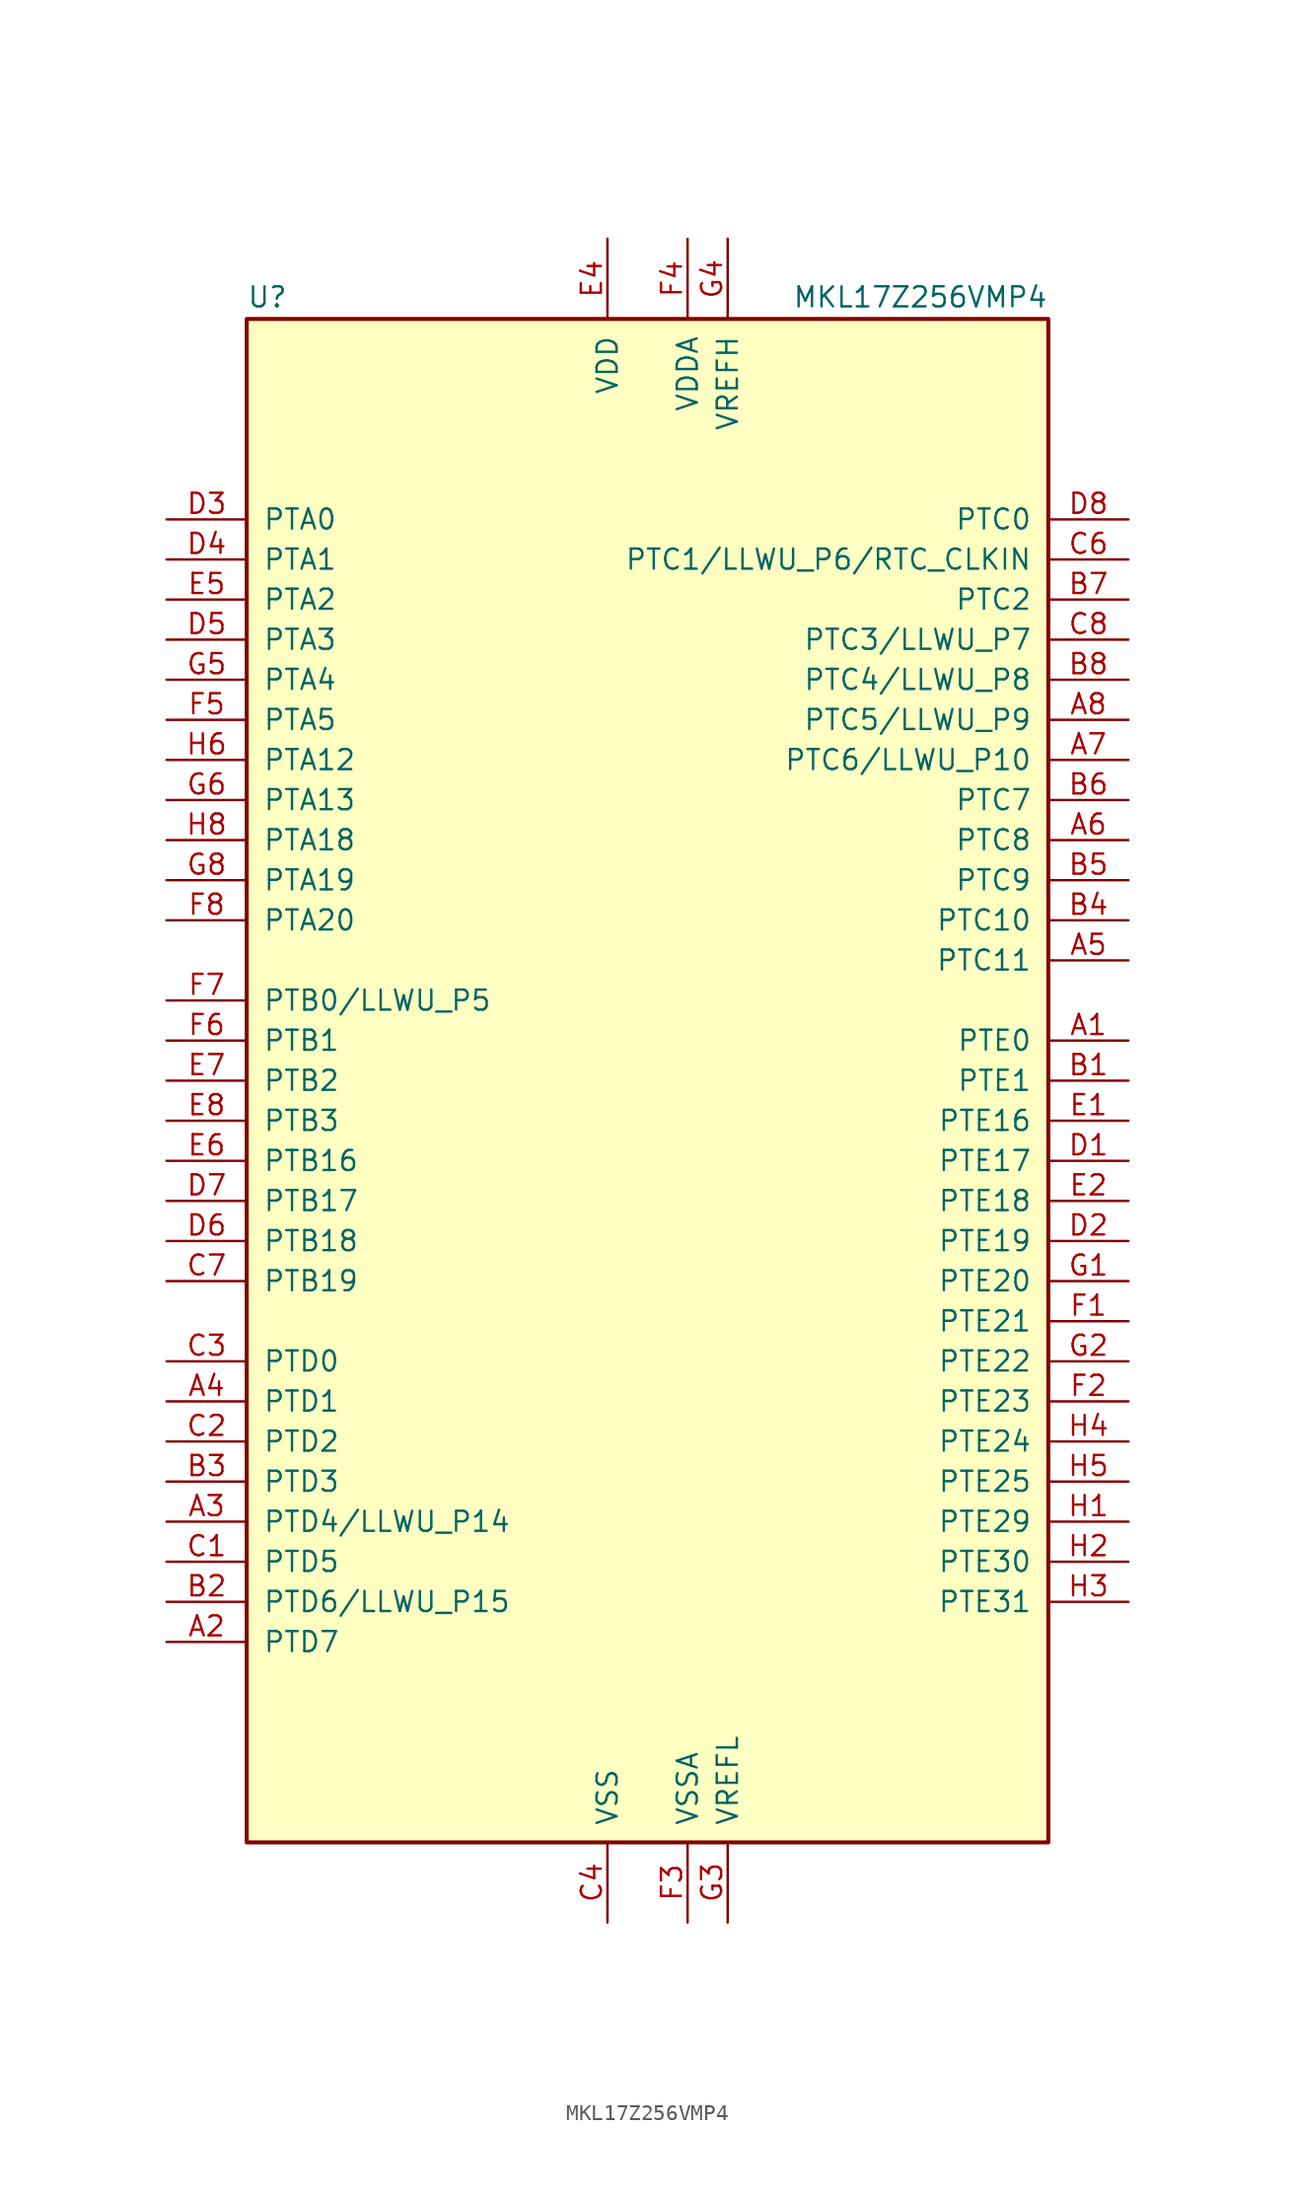
<source format=kicad_sym>
(kicad_symbol_lib
  (version 20220914)
  (generator kicad_symbol_editor)
  (symbol "MKL17Z256VMP4"
    (pin_names
      (offset 1.016))
    (property "Reference" "U"
      (at -25.4 48.895 0)
      (effects (font (size 1.27 1.27)) (justify left bottom)))
    (property "Value" "MKL17Z256VMP4"
      (at 25.4 48.895 0)
      (effects (font (size 1.27 1.27)) (justify right bottom)))
    (symbol "MKL17Z256VMP4_0_1"
      (rectangle (start -25.4 48.26) (end 25.4 -48.26) (stroke (width 0.254) (type default)) (fill (type background))))
    (symbol "MKL17Z256VMP4_1_1"
      (pin bidirectional line (at 30.48 2.54 180) (length 5.08) (name "PTE0" (effects (font (size 1.27 1.27)))) (number "A1" (effects (font (size 1.27 1.27)))))
      (pin bidirectional line (at -30.48 -35.56 0) (length 5.08) (name "PTD7" (effects (font (size 1.27 1.27)))) (number "A2" (effects (font (size 1.27 1.27)))))
      (pin bidirectional line (at -30.48 -27.94 0) (length 5.08) (name "PTD4/LLWU_P14" (effects (font (size 1.27 1.27)))) (number "A3" (effects (font (size 1.27 1.27)))))
      (pin bidirectional line (at -30.48 -20.32 0) (length 5.08) (name "PTD1" (effects (font (size 1.27 1.27)))) (number "A4" (effects (font (size 1.27 1.27)))))
      (pin bidirectional line (at 30.48 7.62 180) (length 5.08) (name "PTC11" (effects (font (size 1.27 1.27)))) (number "A5" (effects (font (size 1.27 1.27)))))
      (pin bidirectional line (at 30.48 15.24 180) (length 5.08) (name "PTC8" (effects (font (size 1.27 1.27)))) (number "A6" (effects (font (size 1.27 1.27)))))
      (pin bidirectional line (at 30.48 20.32 180) (length 5.08) (name "PTC6/LLWU_P10" (effects (font (size 1.27 1.27)))) (number "A7" (effects (font (size 1.27 1.27)))))
      (pin bidirectional line (at 30.48 22.86 180) (length 5.08) (name "PTC5/LLWU_P9" (effects (font (size 1.27 1.27)))) (number "A8" (effects (font (size 1.27 1.27)))))
      (pin bidirectional line (at 30.48 0 180) (length 5.08) (name "PTE1" (effects (font (size 1.27 1.27)))) (number "B1" (effects (font (size 1.27 1.27)))))
      (pin bidirectional line (at -30.48 -33.02 0) (length 5.08) (name "PTD6/LLWU_P15" (effects (font (size 1.27 1.27)))) (number "B2" (effects (font (size 1.27 1.27)))))
      (pin bidirectional line (at -30.48 -25.4 0) (length 5.08) (name "PTD3" (effects (font (size 1.27 1.27)))) (number "B3" (effects (font (size 1.27 1.27)))))
      (pin bidirectional line (at 30.48 10.16 180) (length 5.08) (name "PTC10" (effects (font (size 1.27 1.27)))) (number "B4" (effects (font (size 1.27 1.27)))))
      (pin bidirectional line (at 30.48 12.7 180) (length 5.08) (name "PTC9" (effects (font (size 1.27 1.27)))) (number "B5" (effects (font (size 1.27 1.27)))))
      (pin bidirectional line (at 30.48 17.78 180) (length 5.08) (name "PTC7" (effects (font (size 1.27 1.27)))) (number "B6" (effects (font (size 1.27 1.27)))))
      (pin bidirectional line (at 30.48 30.48 180) (length 5.08) (name "PTC2" (effects (font (size 1.27 1.27)))) (number "B7" (effects (font (size 1.27 1.27)))))
      (pin bidirectional line (at 30.48 25.4 180) (length 5.08) (name "PTC4/LLWU_P8" (effects (font (size 1.27 1.27)))) (number "B8" (effects (font (size 1.27 1.27)))))
      (pin bidirectional line (at -30.48 -30.48 0) (length 5.08) (name "PTD5" (effects (font (size 1.27 1.27)))) (number "C1" (effects (font (size 1.27 1.27)))))
      (pin bidirectional line (at -30.48 -22.86 0) (length 5.08) (name "PTD2" (effects (font (size 1.27 1.27)))) (number "C2" (effects (font (size 1.27 1.27)))))
      (pin bidirectional line (at -30.48 -17.78 0) (length 5.08) (name "PTD0" (effects (font (size 1.27 1.27)))) (number "C3" (effects (font (size 1.27 1.27)))))
      (pin power_in line (at -2.54 -53.34 90) (length 5.08) (name "VSS" (effects (font (size 1.27 1.27)))) (number "C4" (effects (font (size 1.27 1.27)))))
      (pin no_connect line (at -15.24 -53.34 90) (length 5.08) hide (name "NC" (effects (font (size 1.27 1.27)))) (number "C5" (effects (font (size 1.27 1.27)))))
      (pin bidirectional line (at 30.48 33.02 180) (length 5.08) (name "PTC1/LLWU_P6/RTC_CLKIN" (effects (font (size 1.27 1.27)))) (number "C6" (effects (font (size 1.27 1.27)))))
      (pin bidirectional line (at -30.48 -12.7 0) (length 5.08) (name "PTB19" (effects (font (size 1.27 1.27)))) (number "C7" (effects (font (size 1.27 1.27)))))
      (pin bidirectional line (at 30.48 27.94 180) (length 5.08) (name "PTC3/LLWU_P7" (effects (font (size 1.27 1.27)))) (number "C8" (effects (font (size 1.27 1.27)))))
      (pin bidirectional line (at 30.48 -5.08 180) (length 5.08) (name "PTE17" (effects (font (size 1.27 1.27)))) (number "D1" (effects (font (size 1.27 1.27)))))
      (pin bidirectional line (at 30.48 -10.16 180) (length 5.08) (name "PTE19" (effects (font (size 1.27 1.27)))) (number "D2" (effects (font (size 1.27 1.27)))))
      (pin bidirectional line (at -30.48 35.56 0) (length 5.08) (name "PTA0" (effects (font (size 1.27 1.27)))) (number "D3" (effects (font (size 1.27 1.27)))))
      (pin bidirectional line (at -30.48 33.02 0) (length 5.08) (name "PTA1" (effects (font (size 1.27 1.27)))) (number "D4" (effects (font (size 1.27 1.27)))))
      (pin bidirectional line (at -30.48 27.94 0) (length 5.08) (name "PTA3" (effects (font (size 1.27 1.27)))) (number "D5" (effects (font (size 1.27 1.27)))))
      (pin bidirectional line (at -30.48 -10.16 0) (length 5.08) (name "PTB18" (effects (font (size 1.27 1.27)))) (number "D6" (effects (font (size 1.27 1.27)))))
      (pin bidirectional line (at -30.48 -7.62 0) (length 5.08) (name "PTB17" (effects (font (size 1.27 1.27)))) (number "D7" (effects (font (size 1.27 1.27)))))
      (pin bidirectional line (at 30.48 35.56 180) (length 5.08) (name "PTC0" (effects (font (size 1.27 1.27)))) (number "D8" (effects (font (size 1.27 1.27)))))
      (pin bidirectional line (at 30.48 -2.54 180) (length 5.08) (name "PTE16" (effects (font (size 1.27 1.27)))) (number "E1" (effects (font (size 1.27 1.27)))))
      (pin bidirectional line (at 30.48 -7.62 180) (length 5.08) (name "PTE18" (effects (font (size 1.27 1.27)))) (number "E2" (effects (font (size 1.27 1.27)))))
      (pin passive line (at -2.54 -53.34 90) (length 5.08) hide (name "VSS" (effects (font (size 1.27 1.27)))) (number "E3" (effects (font (size 1.27 1.27)))))
      (pin power_in line (at -2.54 53.34 270) (length 5.08) (name "VDD" (effects (font (size 1.27 1.27)))) (number "E4" (effects (font (size 1.27 1.27)))))
      (pin bidirectional line (at -30.48 30.48 0) (length 5.08) (name "PTA2" (effects (font (size 1.27 1.27)))) (number "E5" (effects (font (size 1.27 1.27)))))
      (pin bidirectional line (at -30.48 -5.08 0) (length 5.08) (name "PTB16" (effects (font (size 1.27 1.27)))) (number "E6" (effects (font (size 1.27 1.27)))))
      (pin bidirectional line (at -30.48 0 0) (length 5.08) (name "PTB2" (effects (font (size 1.27 1.27)))) (number "E7" (effects (font (size 1.27 1.27)))))
      (pin bidirectional line (at -30.48 -2.54 0) (length 5.08) (name "PTB3" (effects (font (size 1.27 1.27)))) (number "E8" (effects (font (size 1.27 1.27)))))
      (pin bidirectional line (at 30.48 -15.24 180) (length 5.08) (name "PTE21" (effects (font (size 1.27 1.27)))) (number "F1" (effects (font (size 1.27 1.27)))))
      (pin bidirectional line (at 30.48 -20.32 180) (length 5.08) (name "PTE23" (effects (font (size 1.27 1.27)))) (number "F2" (effects (font (size 1.27 1.27)))))
      (pin power_in line (at 2.54 -53.34 90) (length 5.08) (name "VSSA" (effects (font (size 1.27 1.27)))) (number "F3" (effects (font (size 1.27 1.27)))))
      (pin power_in line (at 2.54 53.34 270) (length 5.08) (name "VDDA" (effects (font (size 1.27 1.27)))) (number "F4" (effects (font (size 1.27 1.27)))))
      (pin bidirectional line (at -30.48 22.86 0) (length 5.08) (name "PTA5" (effects (font (size 1.27 1.27)))) (number "F5" (effects (font (size 1.27 1.27)))))
      (pin bidirectional line (at -30.48 2.54 0) (length 5.08) (name "PTB1" (effects (font (size 1.27 1.27)))) (number "F6" (effects (font (size 1.27 1.27)))))
      (pin bidirectional line (at -30.48 5.08 0) (length 5.08) (name "PTB0/LLWU_P5" (effects (font (size 1.27 1.27)))) (number "F7" (effects (font (size 1.27 1.27)))))
      (pin bidirectional line (at -30.48 10.16 0) (length 5.08) (name "PTA20" (effects (font (size 1.27 1.27)))) (number "F8" (effects (font (size 1.27 1.27)))))
      (pin bidirectional line (at 30.48 -12.7 180) (length 5.08) (name "PTE20" (effects (font (size 1.27 1.27)))) (number "G1" (effects (font (size 1.27 1.27)))))
      (pin bidirectional line (at 30.48 -17.78 180) (length 5.08) (name "PTE22" (effects (font (size 1.27 1.27)))) (number "G2" (effects (font (size 1.27 1.27)))))
      (pin power_in line (at 5.08 -53.34 90) (length 5.08) (name "VREFL" (effects (font (size 1.27 1.27)))) (number "G3" (effects (font (size 1.27 1.27)))))
      (pin power_in line (at 5.08 53.34 270) (length 5.08) (name "VREFH" (effects (font (size 1.27 1.27)))) (number "G4" (effects (font (size 1.27 1.27)))))
      (pin bidirectional line (at -30.48 25.4 0) (length 5.08) (name "PTA4" (effects (font (size 1.27 1.27)))) (number "G5" (effects (font (size 1.27 1.27)))))
      (pin bidirectional line (at -30.48 17.78 0) (length 5.08) (name "PTA13" (effects (font (size 1.27 1.27)))) (number "G6" (effects (font (size 1.27 1.27)))))
      (pin passive line (at -2.54 53.34 270) (length 5.08) hide (name "VDD" (effects (font (size 1.27 1.27)))) (number "G7" (effects (font (size 1.27 1.27)))))
      (pin bidirectional line (at -30.48 12.7 0) (length 5.08) (name "PTA19" (effects (font (size 1.27 1.27)))) (number "G8" (effects (font (size 1.27 1.27)))))
      (pin bidirectional line (at 30.48 -27.94 180) (length 5.08) (name "PTE29" (effects (font (size 1.27 1.27)))) (number "H1" (effects (font (size 1.27 1.27)))))
      (pin bidirectional line (at 30.48 -30.48 180) (length 5.08) (name "PTE30" (effects (font (size 1.27 1.27)))) (number "H2" (effects (font (size 1.27 1.27)))))
      (pin bidirectional line (at 30.48 -33.02 180) (length 5.08) (name "PTE31" (effects (font (size 1.27 1.27)))) (number "H3" (effects (font (size 1.27 1.27)))))
      (pin bidirectional line (at 30.48 -22.86 180) (length 5.08) (name "PTE24" (effects (font (size 1.27 1.27)))) (number "H4" (effects (font (size 1.27 1.27)))))
      (pin bidirectional line (at 30.48 -25.4 180) (length 5.08) (name "PTE25" (effects (font (size 1.27 1.27)))) (number "H5" (effects (font (size 1.27 1.27)))))
      (pin bidirectional line (at -30.48 20.32 0) (length 5.08) (name "PTA12" (effects (font (size 1.27 1.27)))) (number "H6" (effects (font (size 1.27 1.27)))))
      (pin passive line (at -2.54 -53.34 90) (length 5.08) hide (name "VSS" (effects (font (size 1.27 1.27)))) (number "H7" (effects (font (size 1.27 1.27)))))
      (pin bidirectional line (at -30.48 15.24 0) (length 5.08) (name "PTA18" (effects (font (size 1.27 1.27)))) (number "H8" (effects (font (size 1.27 1.27))))))))
</source>
